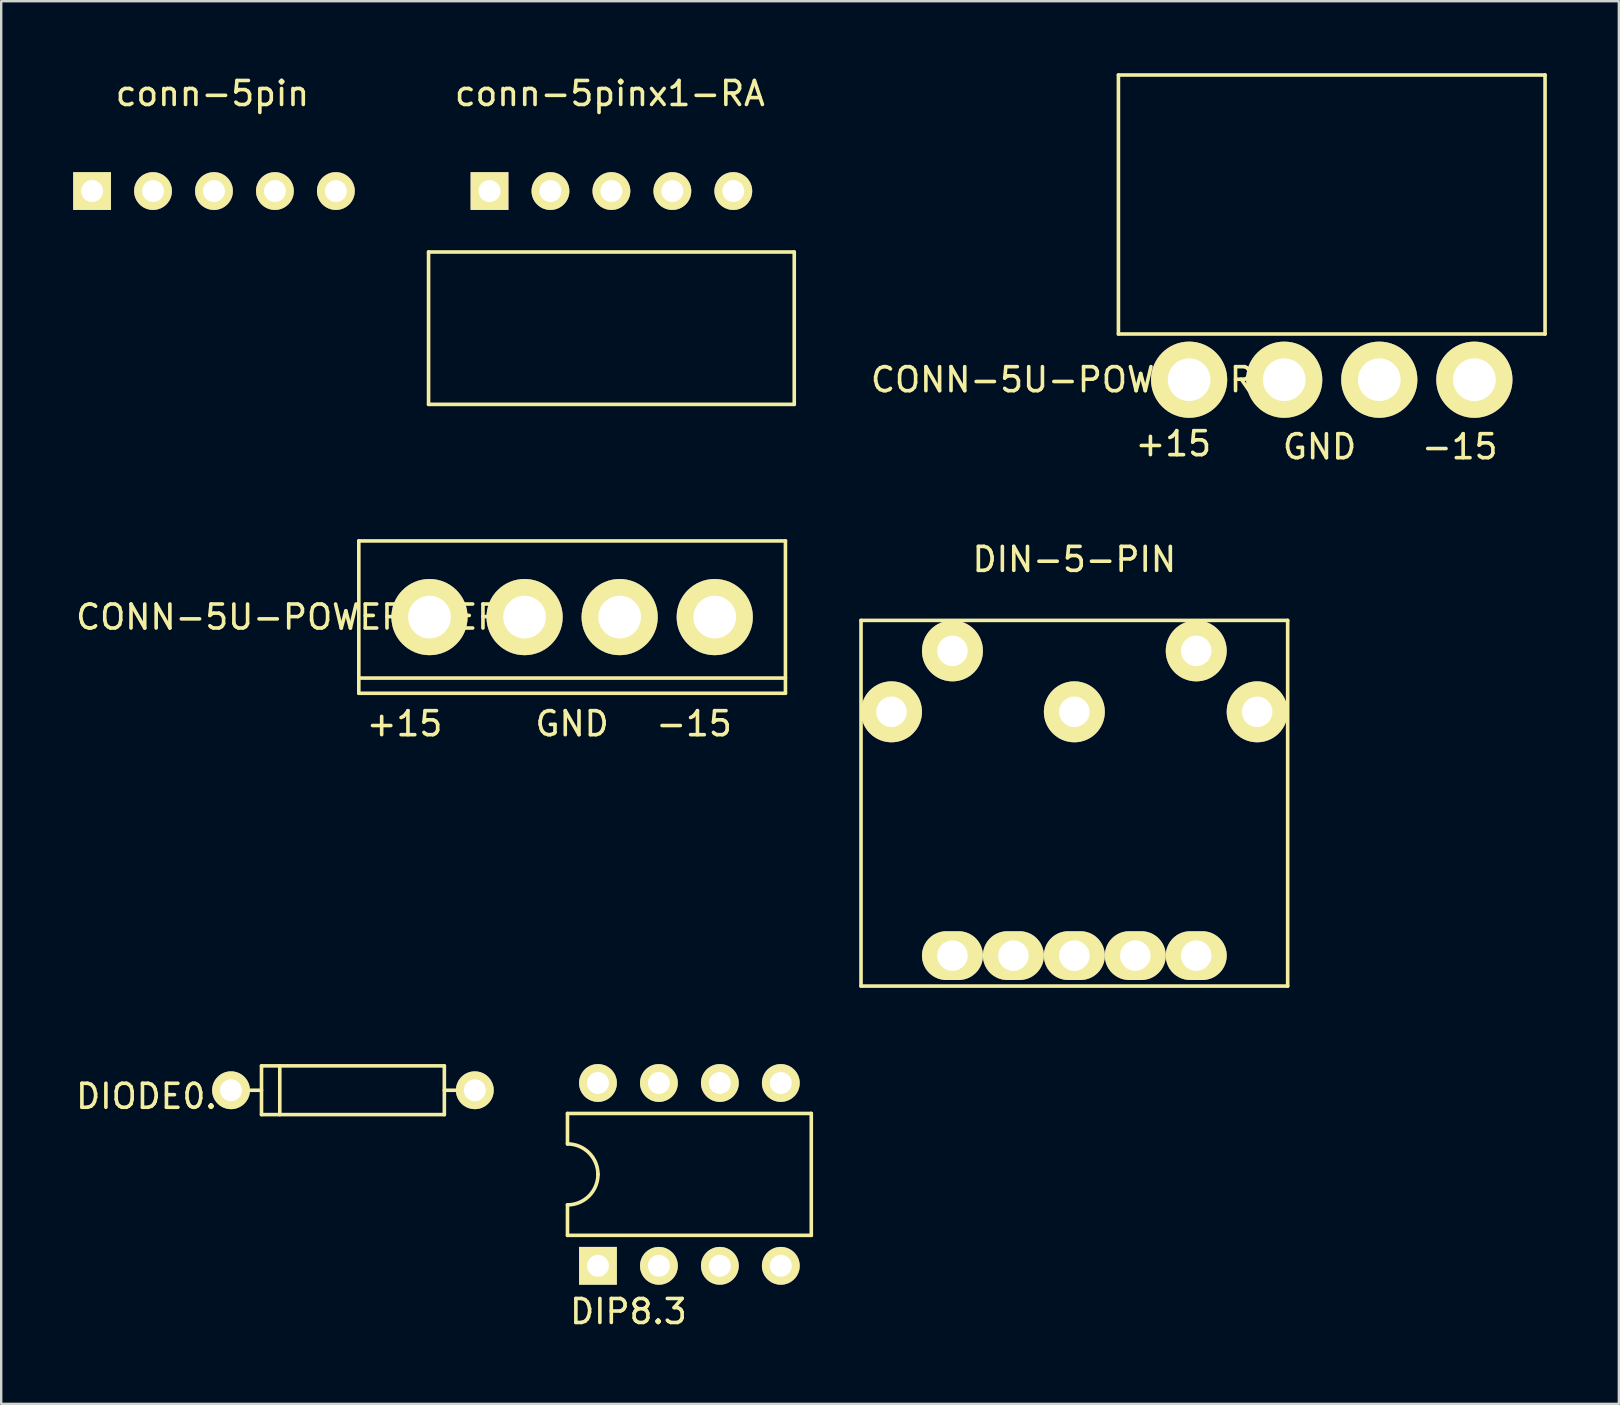
<source format=kicad_pcb>
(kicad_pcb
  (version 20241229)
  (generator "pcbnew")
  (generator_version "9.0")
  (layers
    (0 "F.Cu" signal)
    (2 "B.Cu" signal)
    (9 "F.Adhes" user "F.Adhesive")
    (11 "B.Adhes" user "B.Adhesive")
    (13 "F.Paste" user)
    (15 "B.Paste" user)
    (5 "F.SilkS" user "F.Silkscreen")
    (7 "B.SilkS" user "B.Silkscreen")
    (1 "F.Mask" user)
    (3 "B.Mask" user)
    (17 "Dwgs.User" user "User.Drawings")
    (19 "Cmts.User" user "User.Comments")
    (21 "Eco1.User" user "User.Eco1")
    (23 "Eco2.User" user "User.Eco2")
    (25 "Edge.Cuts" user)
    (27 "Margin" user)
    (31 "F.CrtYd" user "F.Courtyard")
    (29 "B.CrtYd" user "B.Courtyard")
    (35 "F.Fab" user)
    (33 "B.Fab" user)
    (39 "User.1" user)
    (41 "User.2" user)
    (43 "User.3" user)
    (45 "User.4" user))
  (footprint "CONN-5U-POWER-RA"
    (layer "F.Cu")
    (at 52.45 12.775)
    (property "Reference" "CONN-5U-POWER-RA" (at -10.795 0 0) (layer "F.SilkS") (effects (font (size 1 1) (thickness 0.15))))
    (attr through_hole)
    (fp_line (start -8.89 -12.7) (end -8.89 -1.905) (stroke (width 0.15) (type solid)) (layer "F.SilkS"))
    (fp_line (start -8.89 -1.905) (end 8.89 -1.905) (stroke (width 0.15) (type solid)) (layer "F.SilkS"))
    (fp_line (start 8.89 -12.7) (end -8.89 -12.7) (stroke (width 0.15) (type solid)) (layer "F.SilkS"))
    (fp_line (start 8.89 -1.905) (end 8.89 -12.7) (stroke (width 0.15) (type solid)) (layer "F.SilkS"))
    (fp_text user "+15" (at -6.604 2.667 0) (layer "F.SilkS") (effects (font (size 1 1) (thickness 0.15))))
    (fp_text user "-15" (at 5.334 2.794 0) (layer "F.SilkS") (effects (font (size 1 1) (thickness 0.15))))
    (fp_text user "GND" (at -0.508 2.794 0) (layer "F.SilkS") (effects (font (size 1 1) (thickness 0.15))))
    (pad "1" thru_hole circle (at -5.944 0) (size 3.175 3.175) (drill 1.778) (layers "*.Cu" "*.Mask" "F.SilkS"))
    (pad "2" thru_hole circle (at -1.981 0) (size 3.175 3.175) (drill 1.778) (layers "*.Cu" "*.Mask" "F.SilkS"))
    (pad "3" thru_hole circle (at 1.981 0) (size 3.175 3.175) (drill 1.778) (layers "*.Cu" "*.Mask" "F.SilkS"))
    (pad "4" thru_hole circle (at 5.944 0) (size 3.175 3.175) (drill 1.778) (layers "*.Cu" "*.Mask" "F.SilkS")))
  (footprint "CONN-5U-POWER-VERT"
    (layer "F.Cu")
    (at 20.793 22.667)
    (property "Reference" "CONN-5U-POWER-VERT" (at -11.43 0 0) (layer "F.SilkS") (effects (font (size 1 1) (thickness 0.15))))
    (attr through_hole)
    (fp_line (start -8.89 -3.175) (end -8.89 3.175) (stroke (width 0.15) (type solid)) (layer "F.SilkS"))
    (fp_line (start -8.89 2.54) (end 8.89 2.54) (stroke (width 0.15) (type solid)) (layer "F.SilkS"))
    (fp_line (start -8.89 3.175) (end 8.89 3.175) (stroke (width 0.15) (type solid)) (layer "F.SilkS"))
    (fp_line (start 8.89 -3.175) (end -8.89 -3.175) (stroke (width 0.15) (type solid)) (layer "F.SilkS"))
    (fp_line (start 8.89 3.175) (end 8.89 -3.175) (stroke (width 0.15) (type solid)) (layer "F.SilkS"))
    (fp_text user "+15" (at -6.985 4.445 0) (layer "F.SilkS") (effects (font (size 1 1) (thickness 0.15))))
    (fp_text user "-15" (at 5.08 4.445 0) (layer "F.SilkS") (effects (font (size 1 1) (thickness 0.15))))
    (fp_text user "GND" (at 0 4.445 0) (layer "F.SilkS") (effects (font (size 1 1) (thickness 0.15))))
    (pad "1" thru_hole circle (at -5.944 0) (size 3.175 3.175) (drill 1.778) (layers "*.Cu" "*.Mask" "F.SilkS"))
    (pad "2" thru_hole circle (at -1.981 0) (size 3.175 3.175) (drill 1.778) (layers "*.Cu" "*.Mask" "F.SilkS"))
    (pad "3" thru_hole circle (at 1.981 0) (size 3.175 3.175) (drill 1.778) (layers "*.Cu" "*.Mask" "F.SilkS"))
    (pad "4" thru_hole circle (at 5.944 0) (size 3.175 3.175) (drill 1.778) (layers "*.Cu" "*.Mask" "F.SilkS")))
  (footprint "conn-5pin"
    (layer "F.Cu")
    (at 5.867 4.912)
    (property "Reference" "conn-5pin" (at -0.064 -4.064 0) (layer "F.SilkS") (effects (font (size 1 1) (thickness 0.15))))
    (attr through_hole)
    (pad "1" thru_hole rect (at -5.08 0) (size 1.575 1.575) (drill 0.914) (layers "*.Cu" "*.Mask" "F.SilkS"))
    (pad "2" thru_hole circle (at -2.54 0) (size 1.575 1.575) (drill 0.914) (layers "*.Cu" "*.Mask" "F.SilkS"))
    (pad "3" thru_hole circle (at 0 0) (size 1.575 1.575) (drill 0.914) (layers "*.Cu" "*.Mask" "F.SilkS"))
    (pad "4" thru_hole circle (at 2.54 0) (size 1.575 1.575) (drill 0.914) (layers "*.Cu" "*.Mask" "F.SilkS"))
    (pad "5" thru_hole circle (at 5.08 0) (size 1.575 1.575) (drill 0.914) (layers "*.Cu" "*.Mask" "F.SilkS")))
  (footprint "DIODE0.4"
    (layer "F.Cu")
    (at 11.658 42.386)
    (property "Reference" "DIODE0.4" (at -8.128 0.254 0) (layer "F.SilkS") (effects (font (size 1 1) (thickness 0.15))))
    (attr through_hole)
    (fp_line (start -3.81 -1.016) (end -3.81 1.016) (stroke (width 0.15) (type solid)) (layer "F.SilkS"))
    (fp_line (start -3.81 0) (end -4.318 0) (stroke (width 0.15) (type solid)) (layer "F.SilkS"))
    (fp_line (start -3.81 1.016) (end 3.81 1.016) (stroke (width 0.15) (type solid)) (layer "F.SilkS"))
    (fp_line (start -3.048 1.016) (end -3.048 -1.016) (stroke (width 0.15) (type solid)) (layer "F.SilkS"))
    (fp_line (start 3.81 -1.016) (end -3.81 -1.016) (stroke (width 0.15) (type solid)) (layer "F.SilkS"))
    (fp_line (start 3.81 -1.016) (end 3.81 1.016) (stroke (width 0.15) (type solid)) (layer "F.SilkS"))
    (fp_line (start 4.445 0) (end 3.81 0) (stroke (width 0.15) (type solid)) (layer "F.SilkS"))
    (pad "1" thru_hole circle (at -5.08 0) (size 1.575 1.575) (drill 0.914) (layers "*.Cu" "*.Mask" "F.SilkS"))
    (pad "2" thru_hole circle (at 5.08 0) (size 1.575 1.575) (drill 0.914) (layers "*.Cu" "*.Mask" "F.SilkS")))
  (footprint "DIN-5-PIN"
    (layer "F.Cu")
    (at 41.723 38.045)
    (property "Reference" "DIN-5-PIN" (at 0 -17.78 0) (layer "F.SilkS") (effects (font (size 1 1) (thickness 0.15))))
    (attr through_hole)
    (fp_line (start -8.89 -15.24) (end 8.89 -15.24) (stroke (width 0.15) (type solid)) (layer "F.SilkS"))
    (fp_line (start -8.89 0) (end -8.89 -15.24) (stroke (width 0.15) (type solid)) (layer "F.SilkS"))
    (fp_line (start 8.89 -15.24) (end 8.89 0) (stroke (width 0.15) (type solid)) (layer "F.SilkS"))
    (fp_line (start 8.89 0) (end -8.89 0) (stroke (width 0.15) (type solid)) (layer "F.SilkS"))
    (pad "1" thru_hole circle (at 7.62 -11.43) (size 2.54 2.54) (drill 1.27) (layers "*.Cu" "*.Mask" "F.SilkS"))
    (pad "2" thru_hole circle (at 0 -11.43) (size 2.54 2.54) (drill 1.27) (layers "*.Cu" "*.Mask" "F.SilkS"))
    (pad "3" thru_hole circle (at -7.62 -11.43) (size 2.54 2.54) (drill 1.27) (layers "*.Cu" "*.Mask" "F.SilkS"))
    (pad "4" thru_hole circle (at 5.08 -13.97) (size 2.54 2.54) (drill 1.27) (layers "*.Cu" "*.Mask" "F.SilkS"))
    (pad "5" thru_hole circle (at -5.08 -13.97) (size 2.54 2.54) (drill 1.27) (layers "*.Cu" "*.Mask" "F.SilkS"))
    (pad "6" thru_hole oval (at -2.54 -1.27) (size 2.54 2.032) (drill 1.27) (layers "*.Cu" "*.Mask" "F.SilkS"))
    (pad "7" thru_hole oval (at 2.54 -1.27) (size 2.54 2.032) (drill 1.27) (layers "*.Cu" "*.Mask" "F.SilkS"))
    (pad "8" thru_hole oval (at -5.08 -1.27) (size 2.54 2.032) (drill 1.27) (layers "*.Cu" "*.Mask" "F.SilkS"))
    (pad "9" thru_hole oval (at 0 -1.27) (size 2.54 2.032) (drill 1.27) (layers "*.Cu" "*.Mask" "F.SilkS"))
    (pad "10" thru_hole oval (at 5.08 -1.27) (size 2.54 2.032) (drill 1.27) (layers "*.Cu" "*.Mask" "F.SilkS")))
  (footprint "conn-5pinx1-RA"
    (layer "F.Cu")
    (at 22.43 7.452)
    (property "Reference" "conn-5pinx1-RA" (at -0.064 -6.604 0) (layer "F.SilkS") (effects (font (size 1 1) (thickness 0.15))))
    (attr through_hole)
    (fp_line (start -7.62 0) (end 7.62 0) (stroke (width 0.15) (type solid)) (layer "F.SilkS"))
    (fp_line (start -7.62 6.35) (end -7.62 0) (stroke (width 0.15) (type solid)) (layer "F.SilkS"))
    (fp_line (start 7.62 0) (end 7.62 6.35) (stroke (width 0.15) (type solid)) (layer "F.SilkS"))
    (fp_line (start 7.62 6.35) (end -7.62 6.35) (stroke (width 0.15) (type solid)) (layer "F.SilkS"))
    (pad "1" thru_hole rect (at -5.08 -2.54) (size 1.575 1.575) (drill 0.914) (layers "*.Cu" "*.Mask" "F.SilkS"))
    (pad "2" thru_hole circle (at -2.54 -2.54) (size 1.575 1.575) (drill 0.914) (layers "*.Cu" "*.Mask" "F.SilkS"))
    (pad "3" thru_hole circle (at 0 -2.54) (size 1.575 1.575) (drill 0.914) (layers "*.Cu" "*.Mask" "F.SilkS"))
    (pad "4" thru_hole circle (at 2.54 -2.54) (size 1.575 1.575) (drill 0.914) (layers "*.Cu" "*.Mask" "F.SilkS"))
    (pad "5" thru_hole circle (at 5.08 -2.54) (size 1.575 1.575) (drill 0.914) (layers "*.Cu" "*.Mask" "F.SilkS")))
  (footprint "DIP8.3"
    (layer "F.Cu")
    (at 25.68 45.893)
    (property "Reference" "DIP8.3" (at -2.54 5.715 0) (layer "F.SilkS") (effects (font (size 1 1) (thickness 0.15))))
    (attr through_hole)
    (fp_line (start -5.08 -2.54) (end -5.08 -1.27) (stroke (width 0.15) (type solid)) (layer "F.SilkS"))
    (fp_line (start -5.08 -2.54) (end 5.08 -2.54) (stroke (width 0.15) (type solid)) (layer "F.SilkS"))
    (fp_line (start -5.08 2.54) (end -5.08 1.27) (stroke (width 0.15) (type solid)) (layer "F.SilkS"))
    (fp_line (start 5.08 -2.54) (end 5.08 2.54) (stroke (width 0.15) (type solid)) (layer "F.SilkS"))
    (fp_line (start 5.08 2.54) (end -5.08 2.54) (stroke (width 0.15) (type solid)) (layer "F.SilkS"))
    (fp_arc (start -5.08 -1.27) (mid -4.181974 -0.898026) (end -3.81 0) (stroke (width 0.15) (type solid)) (layer "F.SilkS"))
    (fp_arc (start -3.81 0) (mid -4.181974 0.898026) (end -5.08 1.27) (stroke (width 0.15) (type solid)) (layer "F.SilkS"))
    (pad "1" thru_hole rect (at -3.81 3.81) (size 1.575 1.575) (drill 0.914) (layers "*.Cu" "*.Mask" "F.SilkS"))
    (pad "2" thru_hole circle (at -1.27 3.81) (size 1.575 1.575) (drill 0.914) (layers "*.Cu" "*.Mask" "F.SilkS"))
    (pad "3" thru_hole circle (at 1.27 3.81) (size 1.575 1.575) (drill 0.914) (layers "*.Cu" "*.Mask" "F.SilkS"))
    (pad "4" thru_hole circle (at 3.81 3.81) (size 1.575 1.575) (drill 0.914) (layers "*.Cu" "*.Mask" "F.SilkS"))
    (pad "5" thru_hole circle (at 3.81 -3.81) (size 1.575 1.575) (drill 0.914) (layers "*.Cu" "*.Mask" "F.SilkS"))
    (pad "6" thru_hole circle (at 1.27 -3.81) (size 1.575 1.575) (drill 0.914) (layers "*.Cu" "*.Mask" "F.SilkS"))
    (pad "7" thru_hole circle (at -1.27 -3.81) (size 1.575 1.575) (drill 0.914) (layers "*.Cu" "*.Mask" "F.SilkS"))
    (pad "8" thru_hole circle (at -3.81 -3.81) (size 1.575 1.575) (drill 0.914) (layers "*.Cu" "*.Mask" "F.SilkS")))
  (gr_rect
    (start -3 -3)
    (end 64.415 55.456)
    (stroke (width 0.1) (type default))
    (fill no)
    (layer "Edge.Cuts")))
</source>
